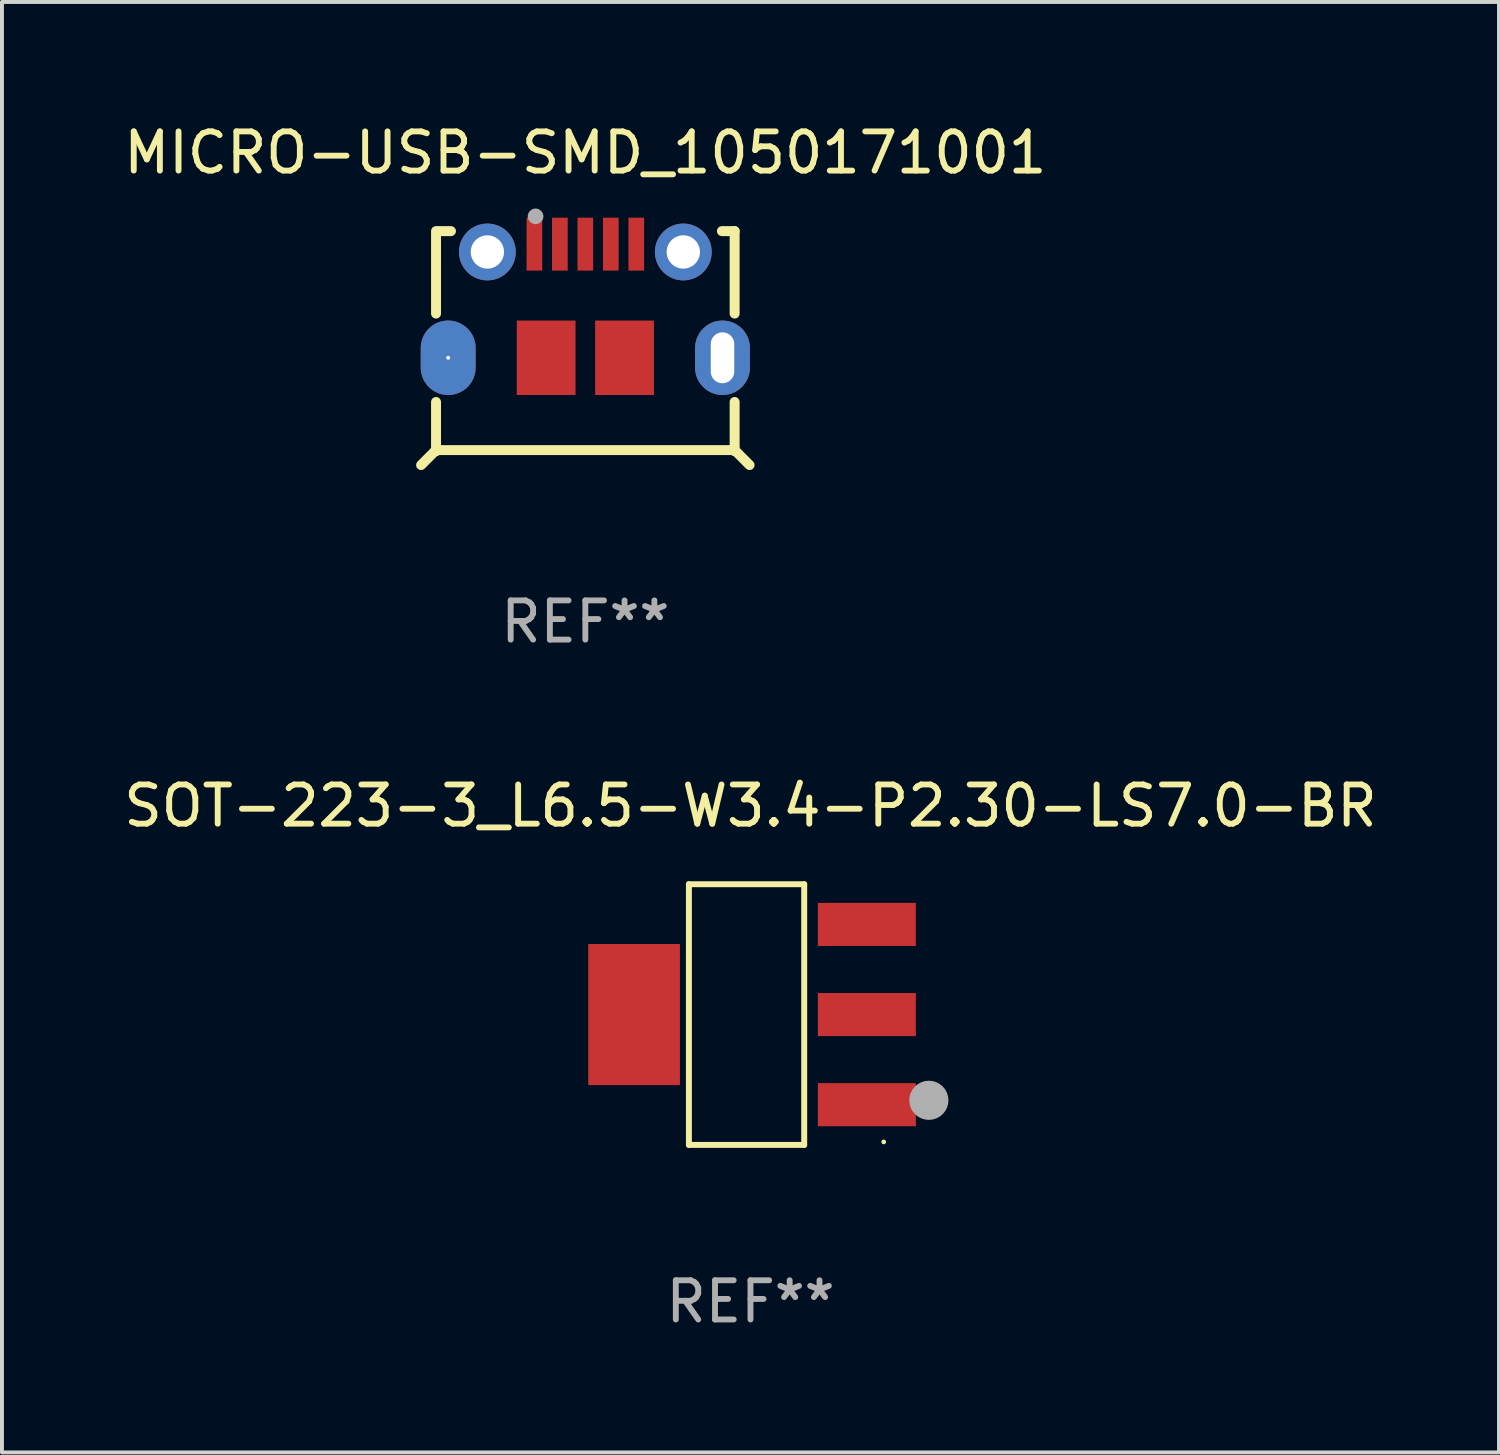
<source format=kicad_pcb>
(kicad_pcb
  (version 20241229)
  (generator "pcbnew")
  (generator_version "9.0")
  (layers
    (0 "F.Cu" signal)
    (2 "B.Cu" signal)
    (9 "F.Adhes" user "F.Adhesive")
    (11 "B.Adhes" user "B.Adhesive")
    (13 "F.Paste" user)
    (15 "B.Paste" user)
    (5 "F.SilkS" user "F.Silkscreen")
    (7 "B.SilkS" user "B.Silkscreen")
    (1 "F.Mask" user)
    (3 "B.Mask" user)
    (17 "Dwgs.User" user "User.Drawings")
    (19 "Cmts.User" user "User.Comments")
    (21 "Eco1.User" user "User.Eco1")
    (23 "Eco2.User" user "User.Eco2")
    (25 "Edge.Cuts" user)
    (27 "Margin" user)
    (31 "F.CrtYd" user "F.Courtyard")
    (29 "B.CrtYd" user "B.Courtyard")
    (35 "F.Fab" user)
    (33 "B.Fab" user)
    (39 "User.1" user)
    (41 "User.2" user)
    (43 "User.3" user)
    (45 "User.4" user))
  (footprint "MICRO-USB-SMD_1050171001"
    (layer "F.Cu")
    (at 11.887 4.63)
    (property "Reference" "MICRO-USB-SMD_1050171001" (at 0 -3.782 0) (layer "F.SilkS") (effects (font (size 1 1) (thickness 0.15))))
    (attr through_hole)
    (fp_line (start -3.834 3.83) (end -4.191 4.187) (stroke (width 0.254) (type solid)) (layer "F.SilkS"))
    (fp_line (start -3.81 2.578) (end -3.81 3.83) (stroke (width 0.254) (type solid)) (layer "F.SilkS"))
    (fp_line (start -3.81 3.83) (end -3.834 3.83) (stroke (width 0.254) (type solid)) (layer "F.SilkS"))
    (fp_line (start -3.81 -1.782) (end -3.81 0.322) (stroke (width 0.254) (type solid)) (layer "F.SilkS"))
    (fp_line (start -3.81 3.806) (end 3.81 3.806) (stroke (width 0.254) (type solid)) (layer "F.SilkS"))
    (fp_line (start -3.429 -1.782) (end -3.754 -1.782) (stroke (width 0.254) (type solid)) (layer "F.SilkS"))
    (fp_line (start 3.81 2.578) (end 3.81 3.83) (stroke (width 0.254) (type solid)) (layer "F.SilkS"))
    (fp_line (start 3.81 3.83) (end 3.834 3.83) (stroke (width 0.254) (type solid)) (layer "F.SilkS"))
    (fp_line (start 3.81 -1.782) (end 3.485 -1.782) (stroke (width 0.254) (type solid)) (layer "F.SilkS"))
    (fp_line (start 3.81 -1.782) (end 3.81 0.322) (stroke (width 0.254) (type solid)) (layer "F.SilkS"))
    (fp_line (start 3.834 3.83) (end 4.191 4.187) (stroke (width 0.254) (type solid)) (layer "F.SilkS"))
    (fp_circle (center -3.75 -1.825) (end -3.72 -1.825) (stroke (width 0.06) (type solid)) (fill no) (layer "F.SilkS"))
    (fp_circle (center -2.5 -1.25) (end -2.138 -1.25) (stroke (width 0.725) (type solid)) (fill no) (layer "F.Paste"))
    (fp_circle (center 2.5 -1.25) (end 2.862 -1.25) (stroke (width 0.725) (type solid)) (fill no) (layer "F.Paste"))
    (fp_circle (center -1.27 -2.159) (end -1.17 -2.159) (stroke (width 0.2) (type solid)) (fill no) (layer "F.Fab"))
    (fp_text user "REF**" (at 0 8.187 0) (layer "F.Fab") (effects (font (size 1 1) (thickness 0.15))))
    (pad "1" smd rect (at -1.3 -1.45) (size 0.4 1.35) (layers "F.Cu" "F.Mask" "F.Paste"))
    (pad "2" smd rect (at -0.65 -1.45) (size 0.4 1.35) (layers "F.Cu" "F.Mask" "F.Paste"))
    (pad "3" smd rect (at -0.000127 -1.45) (size 0.4 1.35) (layers "F.Cu" "F.Mask" "F.Paste"))
    (pad "4" smd rect (at 0.65 -1.45) (size 0.4 1.35) (layers "F.Cu" "F.Mask" "F.Paste"))
    (pad "5" smd rect (at 1.3 -1.45) (size 0.4 1.35) (layers "F.Cu" "F.Mask" "F.Paste"))
    (pad "6" thru_hole circle (at -2.5 -1.25) (size 1.45 1.45) (drill 0.85) (layers "*.Cu" "*.Mask"))
    (pad "7" thru_hole circle (at 2.5 -1.25) (size 1.45 1.45) (drill 0.85) (layers "*.Cu" "*.Mask"))
    (pad "8" thru_hole custom (at -3.5 1.45) (size 0.1 0.1) (drill oval 0.6 1.3) (layers "*.Cu" "*.Mask") (options (anchor circle)) (primitives (gr_poly (pts (xy -0.017 0.95) (xy -0.052 0.948) (xy -0.087 0.945) (xy -0.122 0.939) (xy -0.156 0.932) (xy -0.19 0.924) (xy -0.223 0.914) (xy -0.256 0.902) (xy -0.288 0.888) (xy -0.319 0.873) (xy -0.35 0.856) (xy -0.38 0.838) (xy -0.409 0.818) (xy -0.436 0.797) (xy -0.463 0.775) (xy -0.489 0.751) (xy -0.513 0.726) (xy -0.536 0.7) (xy -0.558 0.673) (xy -0.578 0.644) (xy -0.597 0.615) (xy -0.615 0.585) (xy -0.631 0.554) (xy -0.645 0.522) (xy -0.658 0.489) (xy -0.669 0.456) (xy -0.678 0.423) (xy -0.686 0.389) (xy -0.692 0.354) (xy -0.697 0.32) (xy -0.699 0.285) (xy -0.7 0.25) (xy -0.7 -0.25) (xy -0.699 -0.285) (xy -0.697 -0.32) (xy -0.692 -0.354) (xy -0.686 -0.389) (xy -0.678 -0.423) (xy -0.669 -0.456) (xy -0.658 -0.489) (xy -0.645 -0.522) (xy -0.631 -0.554) (xy -0.615 -0.585) (xy -0.597 -0.615) (xy -0.578 -0.644) (xy -0.558 -0.673) (xy -0.536 -0.7) (xy -0.513 -0.726) (xy -0.489 -0.751) (xy -0.463 -0.775) (xy -0.436 -0.797) (xy -0.409 -0.818) (xy -0.38 -0.838) (xy -0.35 -0.856) (xy -0.319 -0.873) (xy -0.288 -0.888) (xy -0.256 -0.902) (xy -0.223 -0.914) (xy -0.19 -0.924) (xy -0.156 -0.932) (xy -0.122 -0.939) (xy -0.087 -0.945) (xy -0.052 -0.948) (xy -0.017 -0.95) (xy 0.017 -0.95) (xy 0.052 -0.948) (xy 0.087 -0.945) (xy 0.122 -0.939) (xy 0.156 -0.932) (xy 0.19 -0.924) (xy 0.223 -0.914) (xy 0.256 -0.902) (xy 0.288 -0.888) (xy 0.319 -0.873) (xy 0.35 -0.856) (xy 0.38 -0.838) (xy 0.409 -0.818) (xy 0.436 -0.797) (xy 0.463 -0.775) (xy 0.489 -0.751) (xy 0.513 -0.726) (xy 0.536 -0.7) (xy 0.558 -0.673) (xy 0.578 -0.644) (xy 0.597 -0.615) (xy 0.615 -0.585) (xy 0.631 -0.554) (xy 0.645 -0.522) (xy 0.658 -0.489) (xy 0.669 -0.456) (xy 0.678 -0.423) (xy 0.686 -0.389) (xy 0.692 -0.354) (xy 0.697 -0.32) (xy 0.699 -0.285) (xy 0.7 -0.25) (xy 0.7 0.25) (xy 0.699 0.285) (xy 0.697 0.32) (xy 0.692 0.354) (xy 0.686 0.389) (xy 0.678 0.423) (xy 0.669 0.456) (xy 0.658 0.489) (xy 0.645 0.522) (xy 0.631 0.554) (xy 0.615 0.585) (xy 0.597 0.615) (xy 0.578 0.644) (xy 0.558 0.673) (xy 0.536 0.7) (xy 0.513 0.726) (xy 0.489 0.751) (xy 0.463 0.775) (xy 0.436 0.797) (xy 0.409 0.818) (xy 0.38 0.838) (xy 0.35 0.856) (xy 0.319 0.873) (xy 0.288 0.888) (xy 0.256 0.902) (xy 0.223 0.914) (xy 0.19 0.924) (xy 0.156 0.932) (xy 0.122 0.939) (xy 0.087 0.945) (xy 0.052 0.948) (xy 0.017 0.95)) (width 0) (fill yes))))
    (pad "9" thru_hole oval (at 3.5 1.45) (size 1.4 1.9) (drill oval 0.6 1.3) (layers "*.Cu" "*.Mask"))
    (pad "10" smd rect (at -1 1.45) (size 1.5 1.9) (layers "F.Cu" "F.Mask" "F.Paste"))
    (pad "11" smd rect (at 1 1.45) (size 1.5 1.9) (layers "F.Cu" "F.Mask" "F.Paste")))
  (footprint "SOT-223-3_L6.5-W3.4-P2.30-LS7.0-BR"
    (layer "F.Cu")
    (at 16.101 22.84)
    (property "Reference" "SOT-223-3_L6.5-W3.4-P2.30-LS7.0-BR" (at -0.000013 -5.326 0) (layer "F.SilkS") (effects (font (size 1 1) (thickness 0.15))))
    (attr smd)
    (fp_line (start -1.571 -3.326) (end 1.371 -3.326) (stroke (width 0.152) (type solid)) (layer "F.SilkS"))
    (fp_line (start -1.571 3.326) (end -1.571 -3.326) (stroke (width 0.152) (type solid)) (layer "F.SilkS"))
    (fp_line (start 1.371 -3.326) (end 1.371 3.326) (stroke (width 0.152) (type solid)) (layer "F.SilkS"))
    (fp_line (start 1.371 3.326) (end -1.571 3.326) (stroke (width 0.152) (type solid)) (layer "F.SilkS"))
    (fp_circle (center 3.4 3.25) (end 3.43 3.25) (stroke (width 0.06) (type solid)) (fill no) (layer "F.SilkS"))
    (fp_circle (center 4.552 2.188) (end 4.802 2.188) (stroke (width 0.5) (type solid)) (fill no) (layer "F.Fab"))
    (fp_text user "REF**" (at -0.000013 7.326 0) (layer "F.Fab") (effects (font (size 1 1) (thickness 0.15))))
    (pad "1" smd rect (at 2.97 2.3) (size 2.5 1.1) (layers "F.Cu" "F.Mask" "F.Paste"))
    (pad "2" smd rect (at 2.97 0) (size 2.5 1.1) (layers "F.Cu" "F.Mask" "F.Paste"))
    (pad "3" smd rect (at 2.97 -2.3) (size 2.5 1.1) (layers "F.Cu" "F.Mask" "F.Paste"))
    (pad "4" smd rect (at -2.97 0) (size 2.34 3.6) (layers "F.Cu" "F.Mask" "F.Paste")))
  (gr_rect
    (start -3 -3)
    (end 35.202 34.014)
    (stroke (width 0.1) (type default))
    (fill no)
    (layer "Edge.Cuts")))
</source>
